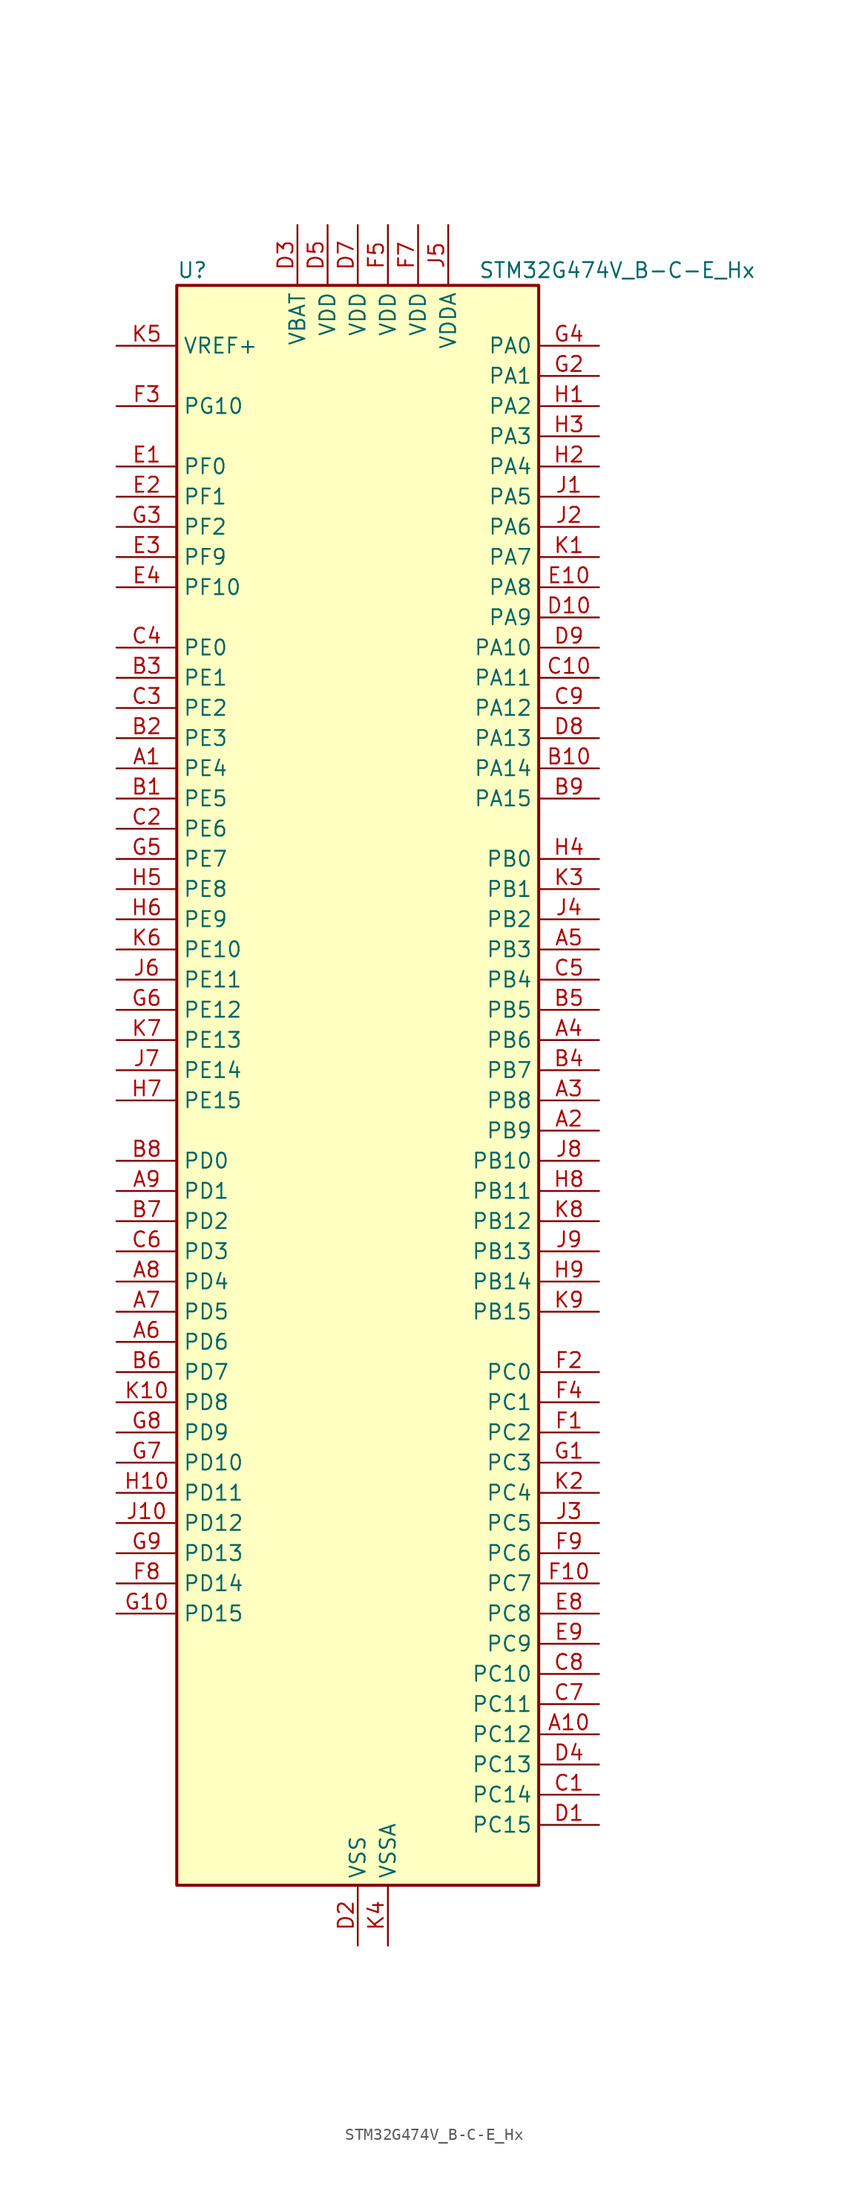
<source format=kicad_sym>
(kicad_symbol_lib
  (version 20241209)
  (generator "kicad_symbol_editor")
  (generator_version "9.0")
  (symbol "STM32G474V_B-C-E_Hx"
    (property "Reference" "U"
      (at -15.24 69.85 0)
      (effects (font (size 1.27 1.27)) (justify left)))
    (property "Value" "STM32G474V_B-C-E_Hx"
      (at 10.16 69.85 0)
      (effects (font (size 1.27 1.27)) (justify left)))
    (symbol "STM32G474V_B-C-E_Hx_0_1"
      (rectangle (start -15.24 -66.04) (end 15.24 68.58) (stroke (width 0.254) (type default)) (fill (type background))))
    (symbol "STM32G474V_B-C-E_Hx_1_1"
      (pin input line (at -20.32 63.5 0) (length 5.08) (name "VREF+" (effects (font (size 1.27 1.27)))) (number "K5" (effects (font (size 1.27 1.27)))) (alternate "VREFBUF_OUT" bidirectional line))
      (pin bidirectional line (at -20.32 58.42 0) (length 5.08) (name "PG10" (effects (font (size 1.27 1.27)))) (number "F3" (effects (font (size 1.27 1.27)))) (alternate "DAC1_EXTI10" bidirectional line) (alternate "DAC2_EXTI10" bidirectional line) (alternate "DAC3_EXTI10" bidirectional line) (alternate "DAC4_EXTI10" bidirectional line) (alternate "RCC_MCO" bidirectional line))
      (pin bidirectional line (at -20.32 53.34 0) (length 5.08) (name "PF0" (effects (font (size 1.27 1.27)))) (number "E1" (effects (font (size 1.27 1.27)))) (alternate "ADC1_IN10" bidirectional line) (alternate "I2C2_SDA" bidirectional line) (alternate "I2S2_WS" bidirectional line) (alternate "RCC_OSC_IN" bidirectional line) (alternate "SPI2_NSS" bidirectional line) (alternate "TIM1_CH3N" bidirectional line))
      (pin bidirectional line (at -20.32 50.8 0) (length 5.08) (name "PF1" (effects (font (size 1.27 1.27)))) (number "E2" (effects (font (size 1.27 1.27)))) (alternate "ADC2_IN10" bidirectional line) (alternate "COMP3_INM" bidirectional line) (alternate "I2S2_CK" bidirectional line) (alternate "RCC_OSC_OUT" bidirectional line) (alternate "SPI2_SCK" bidirectional line))
      (pin bidirectional line (at -20.32 48.26 0) (length 5.08) (name "PF2" (effects (font (size 1.27 1.27)))) (number "G3" (effects (font (size 1.27 1.27)))) (alternate "ADC3_EXTI2" bidirectional line) (alternate "ADC4_EXTI2" bidirectional line) (alternate "ADC5_EXTI2" bidirectional line) (alternate "FMC_A2" bidirectional line) (alternate "I2C2_SMBA" bidirectional line) (alternate "TIM20_CH3" bidirectional line))
      (pin bidirectional line (at -20.32 45.72 0) (length 5.08) (name "PF9" (effects (font (size 1.27 1.27)))) (number "E3" (effects (font (size 1.27 1.27)))) (alternate "DAC1_EXTI9" bidirectional line) (alternate "DAC2_EXTI9" bidirectional line) (alternate "DAC3_EXTI9" bidirectional line) (alternate "DAC4_EXTI9" bidirectional line) (alternate "FMC_A25" bidirectional line) (alternate "QUADSPI1_BK1_IO1" bidirectional line) (alternate "SAI1_FS_B" bidirectional line) (alternate "SPI2_SCK" bidirectional line) (alternate "TIM15_CH1" bidirectional line) (alternate "TIM20_BKIN" bidirectional line) (alternate "TIM5_CH4" bidirectional line))
      (pin bidirectional line (at -20.32 43.18 0) (length 5.08) (name "PF10" (effects (font (size 1.27 1.27)))) (number "E4" (effects (font (size 1.27 1.27)))) (alternate "DAC1_EXTI10" bidirectional line) (alternate "DAC2_EXTI10" bidirectional line) (alternate "DAC3_EXTI10" bidirectional line) (alternate "DAC4_EXTI10" bidirectional line) (alternate "FMC_A0" bidirectional line) (alternate "QUADSPI1_CLK" bidirectional line) (alternate "SAI1_D3" bidirectional line) (alternate "SPI2_SCK" bidirectional line) (alternate "TIM15_CH2" bidirectional line) (alternate "TIM20_BKIN2" bidirectional line))
      (pin bidirectional line (at -20.32 38.1 0) (length 5.08) (name "PE0" (effects (font (size 1.27 1.27)))) (number "C4" (effects (font (size 1.27 1.27)))) (alternate "FMC_NBL0" bidirectional line) (alternate "TIM16_CH1" bidirectional line) (alternate "TIM20_CH4N" bidirectional line) (alternate "TIM20_ETR" bidirectional line) (alternate "TIM4_ETR" bidirectional line) (alternate "USART1_TX" bidirectional line))
      (pin bidirectional line (at -20.32 35.56 0) (length 5.08) (name "PE1" (effects (font (size 1.27 1.27)))) (number "B3" (effects (font (size 1.27 1.27)))) (alternate "FMC_NBL1" bidirectional line) (alternate "TIM17_CH1" bidirectional line) (alternate "TIM20_CH4" bidirectional line) (alternate "USART1_RX" bidirectional line))
      (pin bidirectional line (at -20.32 33.02 0) (length 5.08) (name "PE2" (effects (font (size 1.27 1.27)))) (number "C3" (effects (font (size 1.27 1.27)))) (alternate "ADC3_EXTI2" bidirectional line) (alternate "ADC4_EXTI2" bidirectional line) (alternate "ADC5_EXTI2" bidirectional line) (alternate "FMC_A23" bidirectional line) (alternate "SAI1_CK1" bidirectional line) (alternate "SAI1_MCLK_A" bidirectional line) (alternate "SPI4_SCK" bidirectional line) (alternate "SYS_TRACECLK" bidirectional line) (alternate "TIM20_CH1" bidirectional line) (alternate "TIM3_CH1" bidirectional line))
      (pin bidirectional line (at -20.32 30.48 0) (length 5.08) (name "PE3" (effects (font (size 1.27 1.27)))) (number "B2" (effects (font (size 1.27 1.27)))) (alternate "ADC3_EXTI3" bidirectional line) (alternate "ADC4_EXTI3" bidirectional line) (alternate "ADC5_EXTI3" bidirectional line) (alternate "FMC_A19" bidirectional line) (alternate "SAI1_SD_B" bidirectional line) (alternate "SPI4_NSS" bidirectional line) (alternate "SYS_TRACED0" bidirectional line) (alternate "TIM20_CH2" bidirectional line) (alternate "TIM3_CH2" bidirectional line))
      (pin bidirectional line (at -20.32 27.94 0) (length 5.08) (name "PE4" (effects (font (size 1.27 1.27)))) (number "A1" (effects (font (size 1.27 1.27)))) (alternate "FMC_A20" bidirectional line) (alternate "SAI1_D2" bidirectional line) (alternate "SAI1_FS_A" bidirectional line) (alternate "SPI4_NSS" bidirectional line) (alternate "SYS_TRACED1" bidirectional line) (alternate "TIM20_CH1N" bidirectional line) (alternate "TIM3_CH3" bidirectional line))
      (pin bidirectional line (at -20.32 25.4 0) (length 5.08) (name "PE5" (effects (font (size 1.27 1.27)))) (number "B1" (effects (font (size 1.27 1.27)))) (alternate "FMC_A21" bidirectional line) (alternate "SAI1_CK2" bidirectional line) (alternate "SAI1_SCK_A" bidirectional line) (alternate "SPI4_MISO" bidirectional line) (alternate "SYS_TRACED2" bidirectional line) (alternate "TIM20_CH2N" bidirectional line) (alternate "TIM3_CH4" bidirectional line))
      (pin bidirectional line (at -20.32 22.86 0) (length 5.08) (name "PE6" (effects (font (size 1.27 1.27)))) (number "C2" (effects (font (size 1.27 1.27)))) (alternate "FMC_A22" bidirectional line) (alternate "RTC_TAMP3" bidirectional line) (alternate "SAI1_D1" bidirectional line) (alternate "SAI1_SD_A" bidirectional line) (alternate "SPI4_MOSI" bidirectional line) (alternate "SYS_TRACED3" bidirectional line) (alternate "SYS_WKUP3" bidirectional line) (alternate "TIM20_CH3N" bidirectional line))
      (pin bidirectional line (at -20.32 20.32 0) (length 5.08) (name "PE7" (effects (font (size 1.27 1.27)))) (number "G5" (effects (font (size 1.27 1.27)))) (alternate "ADC3_IN4" bidirectional line) (alternate "COMP4_INP" bidirectional line) (alternate "FMC_D4" bidirectional line) (alternate "FMC_DA4" bidirectional line) (alternate "SAI1_SD_B" bidirectional line) (alternate "TIM1_ETR" bidirectional line))
      (pin bidirectional line (at -20.32 17.78 0) (length 5.08) (name "PE8" (effects (font (size 1.27 1.27)))) (number "H5" (effects (font (size 1.27 1.27)))) (alternate "ADC3_IN6" bidirectional line) (alternate "ADC4_IN6" bidirectional line) (alternate "ADC5_IN6" bidirectional line) (alternate "COMP4_INM" bidirectional line) (alternate "FMC_D5" bidirectional line) (alternate "FMC_DA5" bidirectional line) (alternate "SAI1_SCK_B" bidirectional line) (alternate "TIM1_CH1N" bidirectional line) (alternate "TIM5_CH3" bidirectional line))
      (pin bidirectional line (at -20.32 15.24 0) (length 5.08) (name "PE9" (effects (font (size 1.27 1.27)))) (number "H6" (effects (font (size 1.27 1.27)))) (alternate "ADC3_IN2" bidirectional line) (alternate "DAC1_EXTI9" bidirectional line) (alternate "DAC2_EXTI9" bidirectional line) (alternate "DAC3_EXTI9" bidirectional line) (alternate "DAC4_EXTI9" bidirectional line) (alternate "FMC_D6" bidirectional line) (alternate "FMC_DA6" bidirectional line) (alternate "SAI1_FS_B" bidirectional line) (alternate "TIM1_CH1" bidirectional line) (alternate "TIM5_CH4" bidirectional line))
      (pin bidirectional line (at -20.32 12.7 0) (length 5.08) (name "PE10" (effects (font (size 1.27 1.27)))) (number "K6" (effects (font (size 1.27 1.27)))) (alternate "ADC3_IN14" bidirectional line) (alternate "ADC4_IN14" bidirectional line) (alternate "ADC5_IN14" bidirectional line) (alternate "DAC1_EXTI10" bidirectional line) (alternate "DAC2_EXTI10" bidirectional line) (alternate "DAC3_EXTI10" bidirectional line) (alternate "DAC4_EXTI10" bidirectional line) (alternate "FMC_D7" bidirectional line) (alternate "FMC_DA7" bidirectional line) (alternate "QUADSPI1_CLK" bidirectional line) (alternate "SAI1_MCLK_B" bidirectional line) (alternate "TIM1_CH2N" bidirectional line))
      (pin bidirectional line (at -20.32 10.16 0) (length 5.08) (name "PE11" (effects (font (size 1.27 1.27)))) (number "J6" (effects (font (size 1.27 1.27)))) (alternate "ADC1_EXTI11" bidirectional line) (alternate "ADC2_EXTI11" bidirectional line) (alternate "ADC3_IN15" bidirectional line) (alternate "ADC4_IN15" bidirectional line) (alternate "ADC5_IN15" bidirectional line) (alternate "FMC_D8" bidirectional line) (alternate "FMC_DA8" bidirectional line) (alternate "QUADSPI1_BK1_NCS" bidirectional line) (alternate "SPI4_NSS" bidirectional line) (alternate "TIM1_CH2" bidirectional line))
      (pin bidirectional line (at -20.32 7.62 0) (length 5.08) (name "PE12" (effects (font (size 1.27 1.27)))) (number "G6" (effects (font (size 1.27 1.27)))) (alternate "ADC3_IN16" bidirectional line) (alternate "ADC4_IN16" bidirectional line) (alternate "ADC5_IN16" bidirectional line) (alternate "FMC_D9" bidirectional line) (alternate "FMC_DA9" bidirectional line) (alternate "QUADSPI1_BK1_IO0" bidirectional line) (alternate "SPI4_SCK" bidirectional line) (alternate "TIM1_CH3N" bidirectional line))
      (pin bidirectional line (at -20.32 5.08 0) (length 5.08) (name "PE13" (effects (font (size 1.27 1.27)))) (number "K7" (effects (font (size 1.27 1.27)))) (alternate "ADC3_IN3" bidirectional line) (alternate "FMC_D10" bidirectional line) (alternate "FMC_DA10" bidirectional line) (alternate "QUADSPI1_BK1_IO1" bidirectional line) (alternate "SPI4_MISO" bidirectional line) (alternate "TIM1_CH3" bidirectional line))
      (pin bidirectional line (at -20.32 2.54 0) (length 5.08) (name "PE14" (effects (font (size 1.27 1.27)))) (number "J7" (effects (font (size 1.27 1.27)))) (alternate "ADC4_IN1" bidirectional line) (alternate "FMC_D11" bidirectional line) (alternate "FMC_DA11" bidirectional line) (alternate "QUADSPI1_BK1_IO2" bidirectional line) (alternate "SPI4_MOSI" bidirectional line) (alternate "TIM1_BKIN2" bidirectional line) (alternate "TIM1_CH4" bidirectional line))
      (pin bidirectional line (at -20.32 0 0) (length 5.08) (name "PE15" (effects (font (size 1.27 1.27)))) (number "H7" (effects (font (size 1.27 1.27)))) (alternate "ADC1_EXTI15" bidirectional line) (alternate "ADC2_EXTI15" bidirectional line) (alternate "ADC4_IN2" bidirectional line) (alternate "FMC_D12" bidirectional line) (alternate "FMC_DA12" bidirectional line) (alternate "QUADSPI1_BK1_IO3" bidirectional line) (alternate "TIM1_BKIN" bidirectional line) (alternate "TIM1_CH4N" bidirectional line) (alternate "USART3_RX" bidirectional line))
      (pin bidirectional line (at -20.32 -5.08 0) (length 5.08) (name "PD0" (effects (font (size 1.27 1.27)))) (number "B8" (effects (font (size 1.27 1.27)))) (alternate "FDCAN1_RX" bidirectional line) (alternate "FMC_D2" bidirectional line) (alternate "FMC_DA2" bidirectional line) (alternate "TIM8_CH4N" bidirectional line))
      (pin bidirectional line (at -20.32 -7.62 0) (length 5.08) (name "PD1" (effects (font (size 1.27 1.27)))) (number "A9" (effects (font (size 1.27 1.27)))) (alternate "FDCAN1_TX" bidirectional line) (alternate "FMC_D3" bidirectional line) (alternate "FMC_DA3" bidirectional line) (alternate "TIM8_BKIN2" bidirectional line) (alternate "TIM8_CH4" bidirectional line))
      (pin bidirectional line (at -20.32 -10.16 0) (length 5.08) (name "PD2" (effects (font (size 1.27 1.27)))) (number "B7" (effects (font (size 1.27 1.27)))) (alternate "ADC3_EXTI2" bidirectional line) (alternate "ADC4_EXTI2" bidirectional line) (alternate "ADC5_EXTI2" bidirectional line) (alternate "TIM3_ETR" bidirectional line) (alternate "TIM8_BKIN" bidirectional line) (alternate "UART5_RX" bidirectional line))
      (pin bidirectional line (at -20.32 -12.7 0) (length 5.08) (name "PD3" (effects (font (size 1.27 1.27)))) (number "C6" (effects (font (size 1.27 1.27)))) (alternate "ADC3_EXTI3" bidirectional line) (alternate "ADC4_EXTI3" bidirectional line) (alternate "ADC5_EXTI3" bidirectional line) (alternate "FMC_CLK" bidirectional line) (alternate "QUADSPI1_BK2_NCS" bidirectional line) (alternate "TIM2_CH1" bidirectional line) (alternate "TIM2_ETR" bidirectional line) (alternate "USART2_CTS" bidirectional line) (alternate "USART2_NSS" bidirectional line))
      (pin bidirectional line (at -20.32 -15.24 0) (length 5.08) (name "PD4" (effects (font (size 1.27 1.27)))) (number "A8" (effects (font (size 1.27 1.27)))) (alternate "FMC_NOE" bidirectional line) (alternate "QUADSPI1_BK2_IO0" bidirectional line) (alternate "TIM2_CH2" bidirectional line) (alternate "USART2_DE" bidirectional line) (alternate "USART2_RTS" bidirectional line))
      (pin bidirectional line (at -20.32 -17.78 0) (length 5.08) (name "PD5" (effects (font (size 1.27 1.27)))) (number "A7" (effects (font (size 1.27 1.27)))) (alternate "FMC_NWE" bidirectional line) (alternate "QUADSPI1_BK2_IO1" bidirectional line) (alternate "USART2_TX" bidirectional line))
      (pin bidirectional line (at -20.32 -20.32 0) (length 5.08) (name "PD6" (effects (font (size 1.27 1.27)))) (number "A6" (effects (font (size 1.27 1.27)))) (alternate "FMC_NWAIT" bidirectional line) (alternate "QUADSPI1_BK2_IO2" bidirectional line) (alternate "SAI1_D1" bidirectional line) (alternate "SAI1_SD_A" bidirectional line) (alternate "TIM2_CH4" bidirectional line) (alternate "USART2_RX" bidirectional line))
      (pin bidirectional line (at -20.32 -22.86 0) (length 5.08) (name "PD7" (effects (font (size 1.27 1.27)))) (number "B6" (effects (font (size 1.27 1.27)))) (alternate "FMC_NCE" bidirectional line) (alternate "FMC_NE1" bidirectional line) (alternate "QUADSPI1_BK2_IO3" bidirectional line) (alternate "TIM2_CH3" bidirectional line) (alternate "USART2_CK" bidirectional line))
      (pin bidirectional line (at -20.32 -25.4 0) (length 5.08) (name "PD8" (effects (font (size 1.27 1.27)))) (number "K10" (effects (font (size 1.27 1.27)))) (alternate "ADC4_IN12" bidirectional line) (alternate "ADC5_IN12" bidirectional line) (alternate "FMC_D13" bidirectional line) (alternate "FMC_DA13" bidirectional line) (alternate "OPAMP4_VINM" bidirectional line) (alternate "OPAMP4_VINM1" bidirectional line) (alternate "OPAMP4_VINM_SEC" bidirectional line) (alternate "USART3_TX" bidirectional line))
      (pin bidirectional line (at -20.32 -27.94 0) (length 5.08) (name "PD9" (effects (font (size 1.27 1.27)))) (number "G8" (effects (font (size 1.27 1.27)))) (alternate "ADC4_IN13" bidirectional line) (alternate "ADC5_IN13" bidirectional line) (alternate "DAC1_EXTI9" bidirectional line) (alternate "DAC2_EXTI9" bidirectional line) (alternate "DAC3_EXTI9" bidirectional line) (alternate "DAC4_EXTI9" bidirectional line) (alternate "FMC_D14" bidirectional line) (alternate "FMC_DA14" bidirectional line) (alternate "OPAMP6_VINP" bidirectional line) (alternate "OPAMP6_VINP_SEC" bidirectional line) (alternate "USART3_RX" bidirectional line))
      (pin bidirectional line (at -20.32 -30.48 0) (length 5.08) (name "PD10" (effects (font (size 1.27 1.27)))) (number "G7" (effects (font (size 1.27 1.27)))) (alternate "ADC3_IN7" bidirectional line) (alternate "ADC4_IN7" bidirectional line) (alternate "ADC5_IN7" bidirectional line) (alternate "COMP6_INM" bidirectional line) (alternate "DAC1_EXTI10" bidirectional line) (alternate "DAC2_EXTI10" bidirectional line) (alternate "DAC3_EXTI10" bidirectional line) (alternate "DAC4_EXTI10" bidirectional line) (alternate "FMC_D15" bidirectional line) (alternate "FMC_DA15" bidirectional line) (alternate "USART3_CK" bidirectional line))
      (pin bidirectional line (at -20.32 -33.02 0) (length 5.08) (name "PD11" (effects (font (size 1.27 1.27)))) (number "H10" (effects (font (size 1.27 1.27)))) (alternate "ADC1_EXTI11" bidirectional line) (alternate "ADC2_EXTI11" bidirectional line) (alternate "ADC3_IN8" bidirectional line) (alternate "ADC4_IN8" bidirectional line) (alternate "ADC5_IN8" bidirectional line) (alternate "COMP6_INP" bidirectional line) (alternate "FMC_A16" bidirectional line) (alternate "FMC_CLE" bidirectional line) (alternate "I2C4_SMBA" bidirectional line) (alternate "OPAMP4_VINP" bidirectional line) (alternate "OPAMP4_VINP_SEC" bidirectional line) (alternate "TIM5_ETR" bidirectional line) (alternate "USART3_CTS" bidirectional line) (alternate "USART3_NSS" bidirectional line))
      (pin bidirectional line (at -20.32 -35.56 0) (length 5.08) (name "PD12" (effects (font (size 1.27 1.27)))) (number "J10" (effects (font (size 1.27 1.27)))) (alternate "ADC3_IN9" bidirectional line) (alternate "ADC4_IN9" bidirectional line) (alternate "ADC5_IN9" bidirectional line) (alternate "COMP5_INP" bidirectional line) (alternate "FMC_A17" bidirectional line) (alternate "FMC_ALE" bidirectional line) (alternate "OPAMP5_VINP" bidirectional line) (alternate "OPAMP5_VINP_SEC" bidirectional line) (alternate "TIM4_CH1" bidirectional line) (alternate "USART3_DE" bidirectional line) (alternate "USART3_RTS" bidirectional line))
      (pin bidirectional line (at -20.32 -38.1 0) (length 5.08) (name "PD13" (effects (font (size 1.27 1.27)))) (number "G9" (effects (font (size 1.27 1.27)))) (alternate "ADC3_IN10" bidirectional line) (alternate "ADC4_IN10" bidirectional line) (alternate "ADC5_IN10" bidirectional line) (alternate "COMP5_INM" bidirectional line) (alternate "FMC_A18" bidirectional line) (alternate "TIM4_CH2" bidirectional line))
      (pin bidirectional line (at -20.32 -40.64 0) (length 5.08) (name "PD14" (effects (font (size 1.27 1.27)))) (number "F8" (effects (font (size 1.27 1.27)))) (alternate "ADC3_IN11" bidirectional line) (alternate "ADC4_IN11" bidirectional line) (alternate "ADC5_IN11" bidirectional line) (alternate "COMP7_INP" bidirectional line) (alternate "FMC_D0" bidirectional line) (alternate "FMC_DA0" bidirectional line) (alternate "OPAMP2_VINP" bidirectional line) (alternate "OPAMP2_VINP_SEC" bidirectional line) (alternate "TIM4_CH3" bidirectional line))
      (pin bidirectional line (at -20.32 -43.18 0) (length 5.08) (name "PD15" (effects (font (size 1.27 1.27)))) (number "G10" (effects (font (size 1.27 1.27)))) (alternate "ADC1_EXTI15" bidirectional line) (alternate "ADC2_EXTI15" bidirectional line) (alternate "COMP7_INM" bidirectional line) (alternate "FMC_D1" bidirectional line) (alternate "FMC_DA1" bidirectional line) (alternate "SPI2_NSS" bidirectional line) (alternate "TIM4_CH4" bidirectional line))
      (pin power_in line (at -5.08 73.66 270) (length 5.08) (name "VBAT" (effects (font (size 1.27 1.27)))) (number "D3" (effects (font (size 1.27 1.27)))))
      (pin power_in line (at -2.54 73.66 270) (length 5.08) (name "VDD" (effects (font (size 1.27 1.27)))) (number "D5" (effects (font (size 1.27 1.27)))))
      (pin power_in line (at 0 73.66 270) (length 5.08) (name "VDD" (effects (font (size 1.27 1.27)))) (number "D7" (effects (font (size 1.27 1.27)))))
      (pin power_in line (at 0 -71.12 90) (length 5.08) (name "VSS" (effects (font (size 1.27 1.27)))) (number "D2" (effects (font (size 1.27 1.27)))))
      (pin passive line (at 0 -71.12 90) (length 5.08) (hide yes) (name "VSS" (effects (font (size 1.27 1.27)))) (number "D6" (effects (font (size 1.27 1.27)))))
      (pin passive line (at 0 -71.12 90) (length 5.08) (hide yes) (name "VSS" (effects (font (size 1.27 1.27)))) (number "E5" (effects (font (size 1.27 1.27)))))
      (pin passive line (at 0 -71.12 90) (length 5.08) (hide yes) (name "VSS" (effects (font (size 1.27 1.27)))) (number "E6" (effects (font (size 1.27 1.27)))))
      (pin passive line (at 0 -71.12 90) (length 5.08) (hide yes) (name "VSS" (effects (font (size 1.27 1.27)))) (number "E7" (effects (font (size 1.27 1.27)))))
      (pin passive line (at 0 -71.12 90) (length 5.08) (hide yes) (name "VSS" (effects (font (size 1.27 1.27)))) (number "F6" (effects (font (size 1.27 1.27)))))
      (pin power_in line (at 2.54 73.66 270) (length 5.08) (name "VDD" (effects (font (size 1.27 1.27)))) (number "F5" (effects (font (size 1.27 1.27)))))
      (pin power_in line (at 2.54 -71.12 90) (length 5.08) (name "VSSA" (effects (font (size 1.27 1.27)))) (number "K4" (effects (font (size 1.27 1.27)))))
      (pin power_in line (at 5.08 73.66 270) (length 5.08) (name "VDD" (effects (font (size 1.27 1.27)))) (number "F7" (effects (font (size 1.27 1.27)))))
      (pin power_in line (at 7.62 73.66 270) (length 5.08) (name "VDDA" (effects (font (size 1.27 1.27)))) (number "J5" (effects (font (size 1.27 1.27)))))
      (pin bidirectional line (at 20.32 63.5 180) (length 5.08) (name "PA0" (effects (font (size 1.27 1.27)))) (number "G4" (effects (font (size 1.27 1.27)))) (alternate "ADC1_IN1" bidirectional line) (alternate "ADC2_IN1" bidirectional line) (alternate "COMP1_INM" bidirectional line) (alternate "COMP1_OUT" bidirectional line) (alternate "COMP3_INP" bidirectional line) (alternate "RTC_TAMP2" bidirectional line) (alternate "SYS_WKUP1" bidirectional line) (alternate "TIM2_CH1" bidirectional line) (alternate "TIM2_ETR" bidirectional line) (alternate "TIM5_CH1" bidirectional line) (alternate "TIM8_BKIN" bidirectional line) (alternate "TIM8_ETR" bidirectional line) (alternate "USART2_CTS" bidirectional line) (alternate "USART2_NSS" bidirectional line))
      (pin bidirectional line (at 20.32 60.96 180) (length 5.08) (name "PA1" (effects (font (size 1.27 1.27)))) (number "G2" (effects (font (size 1.27 1.27)))) (alternate "ADC1_IN2" bidirectional line) (alternate "ADC2_IN2" bidirectional line) (alternate "COMP1_INP" bidirectional line) (alternate "OPAMP1_VINP" bidirectional line) (alternate "OPAMP1_VINP_SEC" bidirectional line) (alternate "OPAMP3_VINP" bidirectional line) (alternate "OPAMP3_VINP_SEC" bidirectional line) (alternate "OPAMP6_VINM" bidirectional line) (alternate "OPAMP6_VINM0" bidirectional line) (alternate "OPAMP6_VINM_SEC" bidirectional line) (alternate "RTC_REFIN" bidirectional line) (alternate "TIM15_CH1N" bidirectional line) (alternate "TIM2_CH2" bidirectional line) (alternate "TIM5_CH2" bidirectional line) (alternate "USART2_DE" bidirectional line) (alternate "USART2_RTS" bidirectional line))
      (pin bidirectional line (at 20.32 58.42 180) (length 5.08) (name "PA2" (effects (font (size 1.27 1.27)))) (number "H1" (effects (font (size 1.27 1.27)))) (alternate "ADC1_IN3" bidirectional line) (alternate "ADC3_EXTI2" bidirectional line) (alternate "ADC4_EXTI2" bidirectional line) (alternate "ADC5_EXTI2" bidirectional line) (alternate "COMP2_INM" bidirectional line) (alternate "COMP2_OUT" bidirectional line) (alternate "LPUART1_TX" bidirectional line) (alternate "OPAMP1_VOUT" bidirectional line) (alternate "QUADSPI1_BK1_NCS" bidirectional line) (alternate "RCC_LSCO" bidirectional line) (alternate "SYS_WKUP4" bidirectional line) (alternate "TIM15_CH1" bidirectional line) (alternate "TIM2_CH3" bidirectional line) (alternate "TIM5_CH3" bidirectional line) (alternate "UCPD1_FRSTX1" bidirectional line) (alternate "UCPD1_FRSTX2" bidirectional line) (alternate "USART2_TX" bidirectional line))
      (pin bidirectional line (at 20.32 55.88 180) (length 5.08) (name "PA3" (effects (font (size 1.27 1.27)))) (number "H3" (effects (font (size 1.27 1.27)))) (alternate "ADC1_IN4" bidirectional line) (alternate "ADC3_EXTI3" bidirectional line) (alternate "ADC4_EXTI3" bidirectional line) (alternate "ADC5_EXTI3" bidirectional line) (alternate "COMP2_INP" bidirectional line) (alternate "LPUART1_RX" bidirectional line) (alternate "OPAMP1_VINM" bidirectional line) (alternate "OPAMP1_VINM0" bidirectional line) (alternate "OPAMP1_VINM_SEC" bidirectional line) (alternate "OPAMP1_VINP" bidirectional line) (alternate "OPAMP1_VINP_SEC" bidirectional line) (alternate "OPAMP5_VINM" bidirectional line) (alternate "OPAMP5_VINM1" bidirectional line) (alternate "OPAMP5_VINM_SEC" bidirectional line) (alternate "QUADSPI1_CLK" bidirectional line) (alternate "SAI1_CK1" bidirectional line) (alternate "SAI1_MCLK_A" bidirectional line) (alternate "TIM15_CH2" bidirectional line) (alternate "TIM2_CH4" bidirectional line) (alternate "TIM5_CH4" bidirectional line) (alternate "USART2_RX" bidirectional line))
      (pin bidirectional line (at 20.32 53.34 180) (length 5.08) (name "PA4" (effects (font (size 1.27 1.27)))) (number "H2" (effects (font (size 1.27 1.27)))) (alternate "ADC2_IN17" bidirectional line) (alternate "COMP1_INM" bidirectional line) (alternate "DAC1_OUT1" bidirectional line) (alternate "I2S3_WS" bidirectional line) (alternate "SAI1_FS_B" bidirectional line) (alternate "SPI1_NSS" bidirectional line) (alternate "SPI3_NSS" bidirectional line) (alternate "TIM3_CH2" bidirectional line) (alternate "USART2_CK" bidirectional line))
      (pin bidirectional line (at 20.32 50.8 180) (length 5.08) (name "PA5" (effects (font (size 1.27 1.27)))) (number "J1" (effects (font (size 1.27 1.27)))) (alternate "ADC2_IN13" bidirectional line) (alternate "COMP2_INM" bidirectional line) (alternate "DAC1_OUT2" bidirectional line) (alternate "OPAMP2_VINM" bidirectional line) (alternate "OPAMP2_VINM0" bidirectional line) (alternate "OPAMP2_VINM_SEC" bidirectional line) (alternate "SPI1_SCK" bidirectional line) (alternate "TIM2_CH1" bidirectional line) (alternate "TIM2_ETR" bidirectional line) (alternate "UCPD1_FRSTX1" bidirectional line) (alternate "UCPD1_FRSTX2" bidirectional line))
      (pin bidirectional line (at 20.32 48.26 180) (length 5.08) (name "PA6" (effects (font (size 1.27 1.27)))) (number "J2" (effects (font (size 1.27 1.27)))) (alternate "ADC2_IN3" bidirectional line) (alternate "COMP1_OUT" bidirectional line) (alternate "DAC2_OUT1" bidirectional line) (alternate "LPUART1_CTS" bidirectional line) (alternate "OPAMP2_VOUT" bidirectional line) (alternate "QUADSPI1_BK1_IO3" bidirectional line) (alternate "SPI1_MISO" bidirectional line) (alternate "TIM16_CH1" bidirectional line) (alternate "TIM1_BKIN" bidirectional line) (alternate "TIM3_CH1" bidirectional line) (alternate "TIM8_BKIN" bidirectional line))
      (pin bidirectional line (at 20.32 45.72 180) (length 5.08) (name "PA7" (effects (font (size 1.27 1.27)))) (number "K1" (effects (font (size 1.27 1.27)))) (alternate "ADC2_IN4" bidirectional line) (alternate "COMP2_INP" bidirectional line) (alternate "COMP2_OUT" bidirectional line) (alternate "OPAMP1_VINP" bidirectional line) (alternate "OPAMP1_VINP_SEC" bidirectional line) (alternate "OPAMP2_VINP" bidirectional line) (alternate "OPAMP2_VINP_SEC" bidirectional line) (alternate "QUADSPI1_BK1_IO2" bidirectional line) (alternate "SPI1_MOSI" bidirectional line) (alternate "TIM17_CH1" bidirectional line) (alternate "TIM1_CH1N" bidirectional line) (alternate "TIM3_CH2" bidirectional line) (alternate "TIM8_CH1N" bidirectional line) (alternate "UCPD1_FRSTX1" bidirectional line) (alternate "UCPD1_FRSTX2" bidirectional line))
      (pin bidirectional line (at 20.32 43.18 180) (length 5.08) (name "PA8" (effects (font (size 1.27 1.27)))) (number "E10" (effects (font (size 1.27 1.27)))) (alternate "ADC5_IN1" bidirectional line) (alternate "COMP7_OUT" bidirectional line) (alternate "FDCAN3_RX" bidirectional line) (alternate "HRTIM1_CHA1" bidirectional line) (alternate "I2C2_SDA" bidirectional line) (alternate "I2C3_SCL" bidirectional line) (alternate "I2S2_MCK" bidirectional line) (alternate "OPAMP5_VOUT" bidirectional line) (alternate "RCC_MCO" bidirectional line) (alternate "SAI1_CK2" bidirectional line) (alternate "SAI1_SCK_A" bidirectional line) (alternate "TIM1_CH1" bidirectional line) (alternate "TIM4_ETR" bidirectional line) (alternate "USART1_CK" bidirectional line))
      (pin bidirectional line (at 20.32 40.64 180) (length 5.08) (name "PA9" (effects (font (size 1.27 1.27)))) (number "D10" (effects (font (size 1.27 1.27)))) (alternate "ADC5_IN2" bidirectional line) (alternate "COMP5_OUT" bidirectional line) (alternate "DAC1_EXTI9" bidirectional line) (alternate "DAC2_EXTI9" bidirectional line) (alternate "DAC3_EXTI9" bidirectional line) (alternate "DAC4_EXTI9" bidirectional line) (alternate "HRTIM1_CHA2" bidirectional line) (alternate "I2C2_SCL" bidirectional line) (alternate "I2C3_SMBA" bidirectional line) (alternate "I2S3_MCK" bidirectional line) (alternate "SAI1_FS_A" bidirectional line) (alternate "TIM15_BKIN" bidirectional line) (alternate "TIM1_CH2" bidirectional line) (alternate "TIM2_CH3" bidirectional line) (alternate "UCPD1_DBCC1" bidirectional line) (alternate "USART1_TX" bidirectional line))
      (pin bidirectional line (at 20.32 38.1 180) (length 5.08) (name "PA10" (effects (font (size 1.27 1.27)))) (number "D9" (effects (font (size 1.27 1.27)))) (alternate "COMP6_OUT" bidirectional line) (alternate "CRS_SYNC" bidirectional line) (alternate "DAC1_EXTI10" bidirectional line) (alternate "DAC2_EXTI10" bidirectional line) (alternate "DAC3_EXTI10" bidirectional line) (alternate "DAC4_EXTI10" bidirectional line) (alternate "HRTIM1_CHB1" bidirectional line) (alternate "I2C2_SMBA" bidirectional line) (alternate "SAI1_D1" bidirectional line) (alternate "SAI1_SD_A" bidirectional line) (alternate "SPI2_MISO" bidirectional line) (alternate "TIM17_BKIN" bidirectional line) (alternate "TIM1_CH3" bidirectional line) (alternate "TIM2_CH4" bidirectional line) (alternate "TIM8_BKIN" bidirectional line) (alternate "UCPD1_DBCC2" bidirectional line) (alternate "USART1_RX" bidirectional line))
      (pin bidirectional line (at 20.32 35.56 180) (length 5.08) (name "PA11" (effects (font (size 1.27 1.27)))) (number "C10" (effects (font (size 1.27 1.27)))) (alternate "ADC1_EXTI11" bidirectional line) (alternate "ADC2_EXTI11" bidirectional line) (alternate "COMP1_OUT" bidirectional line) (alternate "FDCAN1_RX" bidirectional line) (alternate "HRTIM1_CHB2" bidirectional line) (alternate "I2S2_SD" bidirectional line) (alternate "SPI2_MOSI" bidirectional line) (alternate "TIM1_BKIN2" bidirectional line) (alternate "TIM1_CH1N" bidirectional line) (alternate "TIM1_CH4" bidirectional line) (alternate "TIM4_CH1" bidirectional line) (alternate "USART1_CTS" bidirectional line) (alternate "USART1_NSS" bidirectional line) (alternate "USB_DM" bidirectional line))
      (pin bidirectional line (at 20.32 33.02 180) (length 5.08) (name "PA12" (effects (font (size 1.27 1.27)))) (number "C9" (effects (font (size 1.27 1.27)))) (alternate "COMP2_OUT" bidirectional line) (alternate "FDCAN1_TX" bidirectional line) (alternate "HRTIM1_FLT1" bidirectional line) (alternate "I2S_CKIN" bidirectional line) (alternate "TIM16_CH1" bidirectional line) (alternate "TIM1_CH2N" bidirectional line) (alternate "TIM1_ETR" bidirectional line) (alternate "TIM4_CH2" bidirectional line) (alternate "USART1_DE" bidirectional line) (alternate "USART1_RTS" bidirectional line) (alternate "USB_DP" bidirectional line))
      (pin bidirectional line (at 20.32 30.48 180) (length 5.08) (name "PA13" (effects (font (size 1.27 1.27)))) (number "D8" (effects (font (size 1.27 1.27)))) (alternate "I2C1_SCL" bidirectional line) (alternate "I2C4_SCL" bidirectional line) (alternate "IR_OUT" bidirectional line) (alternate "SAI1_SD_B" bidirectional line) (alternate "SYS_JTMS-SWDIO" bidirectional line) (alternate "TIM16_CH1N" bidirectional line) (alternate "TIM4_CH3" bidirectional line) (alternate "USART3_CTS" bidirectional line) (alternate "USART3_NSS" bidirectional line))
      (pin bidirectional line (at 20.32 27.94 180) (length 5.08) (name "PA14" (effects (font (size 1.27 1.27)))) (number "B10" (effects (font (size 1.27 1.27)))) (alternate "I2C1_SDA" bidirectional line) (alternate "I2C4_SMBA" bidirectional line) (alternate "LPTIM1_OUT" bidirectional line) (alternate "SAI1_FS_B" bidirectional line) (alternate "SYS_JTCK-SWCLK" bidirectional line) (alternate "TIM1_BKIN" bidirectional line) (alternate "TIM8_CH2" bidirectional line) (alternate "USART2_TX" bidirectional line))
      (pin bidirectional line (at 20.32 25.4 180) (length 5.08) (name "PA15" (effects (font (size 1.27 1.27)))) (number "B9" (effects (font (size 1.27 1.27)))) (alternate "ADC1_EXTI15" bidirectional line) (alternate "ADC2_EXTI15" bidirectional line) (alternate "FDCAN3_TX" bidirectional line) (alternate "HRTIM1_FLT2" bidirectional line) (alternate "I2C1_SCL" bidirectional line) (alternate "I2S3_WS" bidirectional line) (alternate "SPI1_NSS" bidirectional line) (alternate "SPI3_NSS" bidirectional line) (alternate "SYS_JTDI" bidirectional line) (alternate "TIM1_BKIN" bidirectional line) (alternate "TIM2_CH1" bidirectional line) (alternate "TIM2_ETR" bidirectional line) (alternate "TIM8_CH1" bidirectional line) (alternate "UART4_DE" bidirectional line) (alternate "UART4_RTS" bidirectional line) (alternate "USART2_RX" bidirectional line))
      (pin bidirectional line (at 20.32 20.32 180) (length 5.08) (name "PB0" (effects (font (size 1.27 1.27)))) (number "H4" (effects (font (size 1.27 1.27)))) (alternate "ADC1_IN15" bidirectional line) (alternate "ADC3_IN12" bidirectional line) (alternate "COMP4_INP" bidirectional line) (alternate "HRTIM1_FLT5" bidirectional line) (alternate "OPAMP2_VINP" bidirectional line) (alternate "OPAMP2_VINP_SEC" bidirectional line) (alternate "OPAMP3_VINP" bidirectional line) (alternate "OPAMP3_VINP_SEC" bidirectional line) (alternate "QUADSPI1_BK1_IO1" bidirectional line) (alternate "TIM1_CH2N" bidirectional line) (alternate "TIM3_CH3" bidirectional line) (alternate "TIM8_CH2N" bidirectional line) (alternate "UCPD1_FRSTX1" bidirectional line) (alternate "UCPD1_FRSTX2" bidirectional line))
      (pin bidirectional line (at 20.32 17.78 180) (length 5.08) (name "PB1" (effects (font (size 1.27 1.27)))) (number "K3" (effects (font (size 1.27 1.27)))) (alternate "ADC1_IN12" bidirectional line) (alternate "ADC3_IN1" bidirectional line) (alternate "COMP1_INP" bidirectional line) (alternate "COMP4_OUT" bidirectional line) (alternate "HRTIM1_SCOUT" bidirectional line) (alternate "LPUART1_DE" bidirectional line) (alternate "LPUART1_RTS" bidirectional line) (alternate "OPAMP3_VOUT" bidirectional line) (alternate "OPAMP6_VINM" bidirectional line) (alternate "OPAMP6_VINM1" bidirectional line) (alternate "OPAMP6_VINM_SEC" bidirectional line) (alternate "QUADSPI1_BK1_IO0" bidirectional line) (alternate "TIM1_CH3N" bidirectional line) (alternate "TIM3_CH4" bidirectional line) (alternate "TIM8_CH3N" bidirectional line))
      (pin bidirectional line (at 20.32 15.24 180) (length 5.08) (name "PB2" (effects (font (size 1.27 1.27)))) (number "J4" (effects (font (size 1.27 1.27)))) (alternate "ADC2_IN12" bidirectional line) (alternate "ADC3_EXTI2" bidirectional line) (alternate "ADC4_EXTI2" bidirectional line) (alternate "ADC5_EXTI2" bidirectional line) (alternate "COMP4_INM" bidirectional line) (alternate "HRTIM1_SCIN" bidirectional line) (alternate "I2C3_SMBA" bidirectional line) (alternate "LPTIM1_OUT" bidirectional line) (alternate "OPAMP3_VINM" bidirectional line) (alternate "OPAMP3_VINM0" bidirectional line) (alternate "OPAMP3_VINM_SEC" bidirectional line) (alternate "QUADSPI1_BK2_IO1" bidirectional line) (alternate "RTC_OUT2" bidirectional line) (alternate "TIM20_CH1" bidirectional line) (alternate "TIM5_CH1" bidirectional line))
      (pin bidirectional line (at 20.32 12.7 180) (length 5.08) (name "PB3" (effects (font (size 1.27 1.27)))) (number "A5" (effects (font (size 1.27 1.27)))) (alternate "ADC3_EXTI3" bidirectional line) (alternate "ADC4_EXTI3" bidirectional line) (alternate "ADC5_EXTI3" bidirectional line) (alternate "CRS_SYNC" bidirectional line) (alternate "FDCAN3_RX" bidirectional line) (alternate "HRTIM1_EEV9" bidirectional line) (alternate "HRTIM1_SCOUT" bidirectional line) (alternate "I2S3_CK" bidirectional line) (alternate "SAI1_SCK_B" bidirectional line) (alternate "SPI1_SCK" bidirectional line) (alternate "SPI3_SCK" bidirectional line) (alternate "SYS_JTDO-SWO" bidirectional line) (alternate "TIM2_CH2" bidirectional line) (alternate "TIM3_ETR" bidirectional line) (alternate "TIM4_ETR" bidirectional line) (alternate "TIM8_CH1N" bidirectional line) (alternate "USART2_TX" bidirectional line))
      (pin bidirectional line (at 20.32 10.16 180) (length 5.08) (name "PB4" (effects (font (size 1.27 1.27)))) (number "C5" (effects (font (size 1.27 1.27)))) (alternate "FDCAN3_TX" bidirectional line) (alternate "HRTIM1_EEV7" bidirectional line) (alternate "SAI1_MCLK_B" bidirectional line) (alternate "SPI1_MISO" bidirectional line) (alternate "SPI3_MISO" bidirectional line) (alternate "SYS_JTRST" bidirectional line) (alternate "TIM16_CH1" bidirectional line) (alternate "TIM17_BKIN" bidirectional line) (alternate "TIM3_CH1" bidirectional line) (alternate "TIM8_CH2N" bidirectional line) (alternate "UART5_DE" bidirectional line) (alternate "UART5_RTS" bidirectional line) (alternate "UCPD1_CC2" bidirectional line) (alternate "USART2_RX" bidirectional line))
      (pin bidirectional line (at 20.32 7.62 180) (length 5.08) (name "PB5" (effects (font (size 1.27 1.27)))) (number "B5" (effects (font (size 1.27 1.27)))) (alternate "FDCAN2_RX" bidirectional line) (alternate "HRTIM1_EEV6" bidirectional line) (alternate "I2C1_SMBA" bidirectional line) (alternate "I2C3_SDA" bidirectional line) (alternate "I2S3_SD" bidirectional line) (alternate "LPTIM1_IN1" bidirectional line) (alternate "SAI1_SD_B" bidirectional line) (alternate "SPI1_MOSI" bidirectional line) (alternate "SPI3_MOSI" bidirectional line) (alternate "TIM16_BKIN" bidirectional line) (alternate "TIM17_CH1" bidirectional line) (alternate "TIM3_CH2" bidirectional line) (alternate "TIM8_CH3N" bidirectional line) (alternate "UART5_CTS" bidirectional line) (alternate "USART2_CK" bidirectional line))
      (pin bidirectional line (at 20.32 5.08 180) (length 5.08) (name "PB6" (effects (font (size 1.27 1.27)))) (number "A4" (effects (font (size 1.27 1.27)))) (alternate "COMP4_OUT" bidirectional line) (alternate "FDCAN2_TX" bidirectional line) (alternate "HRTIM1_EEV4" bidirectional line) (alternate "HRTIM1_SCIN" bidirectional line) (alternate "LPTIM1_ETR" bidirectional line) (alternate "SAI1_FS_B" bidirectional line) (alternate "TIM16_CH1N" bidirectional line) (alternate "TIM4_CH1" bidirectional line) (alternate "TIM8_BKIN2" bidirectional line) (alternate "TIM8_CH1" bidirectional line) (alternate "TIM8_ETR" bidirectional line) (alternate "UCPD1_CC1" bidirectional line) (alternate "USART1_TX" bidirectional line))
      (pin bidirectional line (at 20.32 2.54 180) (length 5.08) (name "PB7" (effects (font (size 1.27 1.27)))) (number "B4" (effects (font (size 1.27 1.27)))) (alternate "COMP3_OUT" bidirectional line) (alternate "FMC_NL" bidirectional line) (alternate "HRTIM1_EEV3" bidirectional line) (alternate "I2C1_SDA" bidirectional line) (alternate "I2C4_SDA" bidirectional line) (alternate "LPTIM1_IN2" bidirectional line) (alternate "SYS_PVD_IN" bidirectional line) (alternate "TIM17_CH1N" bidirectional line) (alternate "TIM3_CH4" bidirectional line) (alternate "TIM4_CH2" bidirectional line) (alternate "TIM8_BKIN" bidirectional line) (alternate "UART4_CTS" bidirectional line) (alternate "USART1_RX" bidirectional line))
      (pin bidirectional line (at 20.32 0 180) (length 5.08) (name "PB8" (effects (font (size 1.27 1.27)))) (number "A3" (effects (font (size 1.27 1.27)))) (alternate "COMP1_OUT" bidirectional line) (alternate "FDCAN1_RX" bidirectional line) (alternate "HRTIM1_EEV8" bidirectional line) (alternate "I2C1_SCL" bidirectional line) (alternate "SAI1_CK1" bidirectional line) (alternate "SAI1_MCLK_A" bidirectional line) (alternate "TIM16_CH1" bidirectional line) (alternate "TIM1_BKIN" bidirectional line) (alternate "TIM4_CH3" bidirectional line) (alternate "TIM8_CH2" bidirectional line) (alternate "USART3_RX" bidirectional line))
      (pin bidirectional line (at 20.32 -2.54 180) (length 5.08) (name "PB9" (effects (font (size 1.27 1.27)))) (number "A2" (effects (font (size 1.27 1.27)))) (alternate "COMP2_OUT" bidirectional line) (alternate "DAC1_EXTI9" bidirectional line) (alternate "DAC2_EXTI9" bidirectional line) (alternate "DAC3_EXTI9" bidirectional line) (alternate "DAC4_EXTI9" bidirectional line) (alternate "FDCAN1_TX" bidirectional line) (alternate "HRTIM1_EEV5" bidirectional line) (alternate "I2C1_SDA" bidirectional line) (alternate "IR_OUT" bidirectional line) (alternate "SAI1_D2" bidirectional line) (alternate "SAI1_FS_A" bidirectional line) (alternate "TIM17_CH1" bidirectional line) (alternate "TIM1_CH3N" bidirectional line) (alternate "TIM4_CH4" bidirectional line) (alternate "TIM8_CH3" bidirectional line) (alternate "USART3_TX" bidirectional line))
      (pin bidirectional line (at 20.32 -5.08 180) (length 5.08) (name "PB10" (effects (font (size 1.27 1.27)))) (number "J8" (effects (font (size 1.27 1.27)))) (alternate "COMP5_INM" bidirectional line) (alternate "DAC1_EXTI10" bidirectional line) (alternate "DAC2_EXTI10" bidirectional line) (alternate "DAC3_EXTI10" bidirectional line) (alternate "DAC4_EXTI10" bidirectional line) (alternate "HRTIM1_FLT3" bidirectional line) (alternate "LPUART1_RX" bidirectional line) (alternate "OPAMP3_VINM" bidirectional line) (alternate "OPAMP3_VINM1" bidirectional line) (alternate "OPAMP3_VINM_SEC" bidirectional line) (alternate "OPAMP4_VINM" bidirectional line) (alternate "OPAMP4_VINM0" bidirectional line) (alternate "OPAMP4_VINM_SEC" bidirectional line) (alternate "QUADSPI1_CLK" bidirectional line) (alternate "SAI1_SCK_A" bidirectional line) (alternate "TIM1_BKIN" bidirectional line) (alternate "TIM2_CH3" bidirectional line) (alternate "USART3_TX" bidirectional line))
      (pin bidirectional line (at 20.32 -7.62 180) (length 5.08) (name "PB11" (effects (font (size 1.27 1.27)))) (number "H8" (effects (font (size 1.27 1.27)))) (alternate "ADC1_EXTI11" bidirectional line) (alternate "ADC1_IN14" bidirectional line) (alternate "ADC2_EXTI11" bidirectional line) (alternate "ADC2_IN14" bidirectional line) (alternate "COMP6_INP" bidirectional line) (alternate "HRTIM1_FLT4" bidirectional line) (alternate "LPUART1_TX" bidirectional line) (alternate "OPAMP4_VINP" bidirectional line) (alternate "OPAMP4_VINP_SEC" bidirectional line) (alternate "OPAMP6_VOUT" bidirectional line) (alternate "QUADSPI1_BK1_NCS" bidirectional line) (alternate "TIM2_CH4" bidirectional line) (alternate "USART3_RX" bidirectional line))
      (pin bidirectional line (at 20.32 -10.16 180) (length 5.08) (name "PB12" (effects (font (size 1.27 1.27)))) (number "K8" (effects (font (size 1.27 1.27)))) (alternate "ADC1_IN11" bidirectional line) (alternate "ADC4_IN3" bidirectional line) (alternate "COMP7_INM" bidirectional line) (alternate "FDCAN2_RX" bidirectional line) (alternate "HRTIM1_CHC1" bidirectional line) (alternate "I2C2_SMBA" bidirectional line) (alternate "I2S2_WS" bidirectional line) (alternate "LPUART1_DE" bidirectional line) (alternate "LPUART1_RTS" bidirectional line) (alternate "OPAMP4_VOUT" bidirectional line) (alternate "OPAMP6_VINP" bidirectional line) (alternate "OPAMP6_VINP_SEC" bidirectional line) (alternate "SPI2_NSS" bidirectional line) (alternate "TIM1_BKIN" bidirectional line) (alternate "TIM5_ETR" bidirectional line) (alternate "USART3_CK" bidirectional line))
      (pin bidirectional line (at 20.32 -12.7 180) (length 5.08) (name "PB13" (effects (font (size 1.27 1.27)))) (number "J9" (effects (font (size 1.27 1.27)))) (alternate "ADC3_IN5" bidirectional line) (alternate "COMP5_INP" bidirectional line) (alternate "FDCAN2_TX" bidirectional line) (alternate "HRTIM1_CHC2" bidirectional line) (alternate "I2S2_CK" bidirectional line) (alternate "LPUART1_CTS" bidirectional line) (alternate "OPAMP3_VINP" bidirectional line) (alternate "OPAMP3_VINP_SEC" bidirectional line) (alternate "OPAMP4_VINP" bidirectional line) (alternate "OPAMP4_VINP_SEC" bidirectional line) (alternate "OPAMP6_VINP" bidirectional line) (alternate "OPAMP6_VINP_SEC" bidirectional line) (alternate "SPI2_SCK" bidirectional line) (alternate "TIM1_CH1N" bidirectional line) (alternate "USART3_CTS" bidirectional line) (alternate "USART3_NSS" bidirectional line))
      (pin bidirectional line (at 20.32 -15.24 180) (length 5.08) (name "PB14" (effects (font (size 1.27 1.27)))) (number "H9" (effects (font (size 1.27 1.27)))) (alternate "ADC1_IN5" bidirectional line) (alternate "ADC4_IN4" bidirectional line) (alternate "COMP4_OUT" bidirectional line) (alternate "COMP7_INP" bidirectional line) (alternate "HRTIM1_CHD1" bidirectional line) (alternate "OPAMP2_VINP" bidirectional line) (alternate "OPAMP2_VINP_SEC" bidirectional line) (alternate "OPAMP5_VINP" bidirectional line) (alternate "OPAMP5_VINP_SEC" bidirectional line) (alternate "SPI2_MISO" bidirectional line) (alternate "TIM15_CH1" bidirectional line) (alternate "TIM1_CH2N" bidirectional line) (alternate "USART3_DE" bidirectional line) (alternate "USART3_RTS" bidirectional line))
      (pin bidirectional line (at 20.32 -17.78 180) (length 5.08) (name "PB15" (effects (font (size 1.27 1.27)))) (number "K9" (effects (font (size 1.27 1.27)))) (alternate "ADC1_EXTI15" bidirectional line) (alternate "ADC2_EXTI15" bidirectional line) (alternate "ADC2_IN15" bidirectional line) (alternate "ADC4_IN5" bidirectional line) (alternate "COMP3_OUT" bidirectional line) (alternate "COMP6_INM" bidirectional line) (alternate "HRTIM1_CHD2" bidirectional line) (alternate "I2S2_SD" bidirectional line) (alternate "OPAMP5_VINM" bidirectional line) (alternate "OPAMP5_VINM0" bidirectional line) (alternate "OPAMP5_VINM_SEC" bidirectional line) (alternate "RTC_REFIN" bidirectional line) (alternate "SPI2_MOSI" bidirectional line) (alternate "TIM15_CH1N" bidirectional line) (alternate "TIM15_CH2" bidirectional line) (alternate "TIM1_CH3N" bidirectional line))
      (pin bidirectional line (at 20.32 -22.86 180) (length 5.08) (name "PC0" (effects (font (size 1.27 1.27)))) (number "F2" (effects (font (size 1.27 1.27)))) (alternate "ADC1_IN6" bidirectional line) (alternate "ADC2_IN6" bidirectional line) (alternate "COMP3_INM" bidirectional line) (alternate "LPTIM1_IN1" bidirectional line) (alternate "LPUART1_RX" bidirectional line) (alternate "TIM1_CH1" bidirectional line))
      (pin bidirectional line (at 20.32 -25.4 180) (length 5.08) (name "PC1" (effects (font (size 1.27 1.27)))) (number "F4" (effects (font (size 1.27 1.27)))) (alternate "ADC1_IN7" bidirectional line) (alternate "ADC2_IN7" bidirectional line) (alternate "COMP3_INP" bidirectional line) (alternate "LPTIM1_OUT" bidirectional line) (alternate "LPUART1_TX" bidirectional line) (alternate "QUADSPI1_BK2_IO0" bidirectional line) (alternate "SAI1_SD_A" bidirectional line) (alternate "TIM1_CH2" bidirectional line))
      (pin bidirectional line (at 20.32 -27.94 180) (length 5.08) (name "PC2" (effects (font (size 1.27 1.27)))) (number "F1" (effects (font (size 1.27 1.27)))) (alternate "ADC1_IN8" bidirectional line) (alternate "ADC2_IN8" bidirectional line) (alternate "ADC3_EXTI2" bidirectional line) (alternate "ADC4_EXTI2" bidirectional line) (alternate "ADC5_EXTI2" bidirectional line) (alternate "COMP3_OUT" bidirectional line) (alternate "LPTIM1_IN2" bidirectional line) (alternate "QUADSPI1_BK2_IO1" bidirectional line) (alternate "TIM1_CH3" bidirectional line) (alternate "TIM20_CH2" bidirectional line))
      (pin bidirectional line (at 20.32 -30.48 180) (length 5.08) (name "PC3" (effects (font (size 1.27 1.27)))) (number "G1" (effects (font (size 1.27 1.27)))) (alternate "ADC1_IN9" bidirectional line) (alternate "ADC2_IN9" bidirectional line) (alternate "ADC3_EXTI3" bidirectional line) (alternate "ADC4_EXTI3" bidirectional line) (alternate "ADC5_EXTI3" bidirectional line) (alternate "LPTIM1_ETR" bidirectional line) (alternate "OPAMP5_VINP" bidirectional line) (alternate "OPAMP5_VINP_SEC" bidirectional line) (alternate "QUADSPI1_BK2_IO2" bidirectional line) (alternate "SAI1_D1" bidirectional line) (alternate "SAI1_SD_A" bidirectional line) (alternate "TIM1_BKIN2" bidirectional line) (alternate "TIM1_CH4" bidirectional line))
      (pin bidirectional line (at 20.32 -33.02 180) (length 5.08) (name "PC4" (effects (font (size 1.27 1.27)))) (number "K2" (effects (font (size 1.27 1.27)))) (alternate "ADC2_IN5" bidirectional line) (alternate "I2C2_SCL" bidirectional line) (alternate "QUADSPI1_BK2_IO3" bidirectional line) (alternate "TIM1_ETR" bidirectional line) (alternate "USART1_TX" bidirectional line))
      (pin bidirectional line (at 20.32 -35.56 180) (length 5.08) (name "PC5" (effects (font (size 1.27 1.27)))) (number "J3" (effects (font (size 1.27 1.27)))) (alternate "ADC2_IN11" bidirectional line) (alternate "HRTIM1_EEV10" bidirectional line) (alternate "OPAMP1_VINM" bidirectional line) (alternate "OPAMP1_VINM1" bidirectional line) (alternate "OPAMP1_VINM_SEC" bidirectional line) (alternate "OPAMP2_VINM" bidirectional line) (alternate "OPAMP2_VINM1" bidirectional line) (alternate "OPAMP2_VINM_SEC" bidirectional line) (alternate "SAI1_D3" bidirectional line) (alternate "SYS_WKUP5" bidirectional line) (alternate "TIM15_BKIN" bidirectional line) (alternate "TIM1_CH4N" bidirectional line) (alternate "USART1_RX" bidirectional line))
      (pin bidirectional line (at 20.32 -38.1 180) (length 5.08) (name "PC6" (effects (font (size 1.27 1.27)))) (number "F9" (effects (font (size 1.27 1.27)))) (alternate "COMP6_OUT" bidirectional line) (alternate "HRTIM1_CHF1" bidirectional line) (alternate "HRTIM1_EEV10" bidirectional line) (alternate "I2C4_SCL" bidirectional line) (alternate "I2S2_MCK" bidirectional line) (alternate "TIM3_CH1" bidirectional line) (alternate "TIM8_CH1" bidirectional line))
      (pin bidirectional line (at 20.32 -40.64 180) (length 5.08) (name "PC7" (effects (font (size 1.27 1.27)))) (number "F10" (effects (font (size 1.27 1.27)))) (alternate "COMP5_OUT" bidirectional line) (alternate "HRTIM1_CHF2" bidirectional line) (alternate "HRTIM1_FLT5" bidirectional line) (alternate "I2C4_SDA" bidirectional line) (alternate "I2S3_MCK" bidirectional line) (alternate "TIM3_CH2" bidirectional line) (alternate "TIM8_CH2" bidirectional line))
      (pin bidirectional line (at 20.32 -43.18 180) (length 5.08) (name "PC8" (effects (font (size 1.27 1.27)))) (number "E8" (effects (font (size 1.27 1.27)))) (alternate "COMP7_OUT" bidirectional line) (alternate "HRTIM1_CHE1" bidirectional line) (alternate "I2C3_SCL" bidirectional line) (alternate "TIM20_CH3" bidirectional line) (alternate "TIM3_CH3" bidirectional line) (alternate "TIM8_CH3" bidirectional line))
      (pin bidirectional line (at 20.32 -45.72 180) (length 5.08) (name "PC9" (effects (font (size 1.27 1.27)))) (number "E9" (effects (font (size 1.27 1.27)))) (alternate "DAC1_EXTI9" bidirectional line) (alternate "DAC2_EXTI9" bidirectional line) (alternate "DAC3_EXTI9" bidirectional line) (alternate "DAC4_EXTI9" bidirectional line) (alternate "HRTIM1_CHE2" bidirectional line) (alternate "I2C3_SDA" bidirectional line) (alternate "I2S_CKIN" bidirectional line) (alternate "TIM3_CH4" bidirectional line) (alternate "TIM8_BKIN2" bidirectional line) (alternate "TIM8_CH4" bidirectional line))
      (pin bidirectional line (at 20.32 -48.26 180) (length 5.08) (name "PC10" (effects (font (size 1.27 1.27)))) (number "C8" (effects (font (size 1.27 1.27)))) (alternate "DAC1_EXTI10" bidirectional line) (alternate "DAC2_EXTI10" bidirectional line) (alternate "DAC3_EXTI10" bidirectional line) (alternate "DAC4_EXTI10" bidirectional line) (alternate "HRTIM1_FLT6" bidirectional line) (alternate "I2S3_CK" bidirectional line) (alternate "SPI3_SCK" bidirectional line) (alternate "TIM8_CH1N" bidirectional line) (alternate "UART4_TX" bidirectional line) (alternate "USART3_TX" bidirectional line))
      (pin bidirectional line (at 20.32 -50.8 180) (length 5.08) (name "PC11" (effects (font (size 1.27 1.27)))) (number "C7" (effects (font (size 1.27 1.27)))) (alternate "ADC1_EXTI11" bidirectional line) (alternate "ADC2_EXTI11" bidirectional line) (alternate "HRTIM1_EEV2" bidirectional line) (alternate "I2C3_SDA" bidirectional line) (alternate "SPI3_MISO" bidirectional line) (alternate "TIM8_CH2N" bidirectional line) (alternate "UART4_RX" bidirectional line) (alternate "USART3_RX" bidirectional line))
      (pin bidirectional line (at 20.32 -53.34 180) (length 5.08) (name "PC12" (effects (font (size 1.27 1.27)))) (number "A10" (effects (font (size 1.27 1.27)))) (alternate "HRTIM1_EEV1" bidirectional line) (alternate "I2S3_SD" bidirectional line) (alternate "SPI3_MOSI" bidirectional line) (alternate "TIM5_CH2" bidirectional line) (alternate "TIM8_CH3N" bidirectional line) (alternate "UART5_TX" bidirectional line) (alternate "UCPD1_FRSTX1" bidirectional line) (alternate "UCPD1_FRSTX2" bidirectional line) (alternate "USART3_CK" bidirectional line))
      (pin bidirectional line (at 20.32 -55.88 180) (length 5.08) (name "PC13" (effects (font (size 1.27 1.27)))) (number "D4" (effects (font (size 1.27 1.27)))) (alternate "RTC_OUT1" bidirectional line) (alternate "RTC_TAMP1" bidirectional line) (alternate "RTC_TS" bidirectional line) (alternate "SYS_WKUP2" bidirectional line) (alternate "TIM1_BKIN" bidirectional line) (alternate "TIM1_CH1N" bidirectional line) (alternate "TIM8_CH4N" bidirectional line))
      (pin bidirectional line (at 20.32 -58.42 180) (length 5.08) (name "PC14" (effects (font (size 1.27 1.27)))) (number "C1" (effects (font (size 1.27 1.27)))) (alternate "RCC_OSC32_IN" bidirectional line))
      (pin bidirectional line (at 20.32 -60.96 180) (length 5.08) (name "PC15" (effects (font (size 1.27 1.27)))) (number "D1" (effects (font (size 1.27 1.27)))) (alternate "ADC1_EXTI15" bidirectional line) (alternate "ADC2_EXTI15" bidirectional line) (alternate "RCC_OSC32_OUT" bidirectional line)))))
</source>
